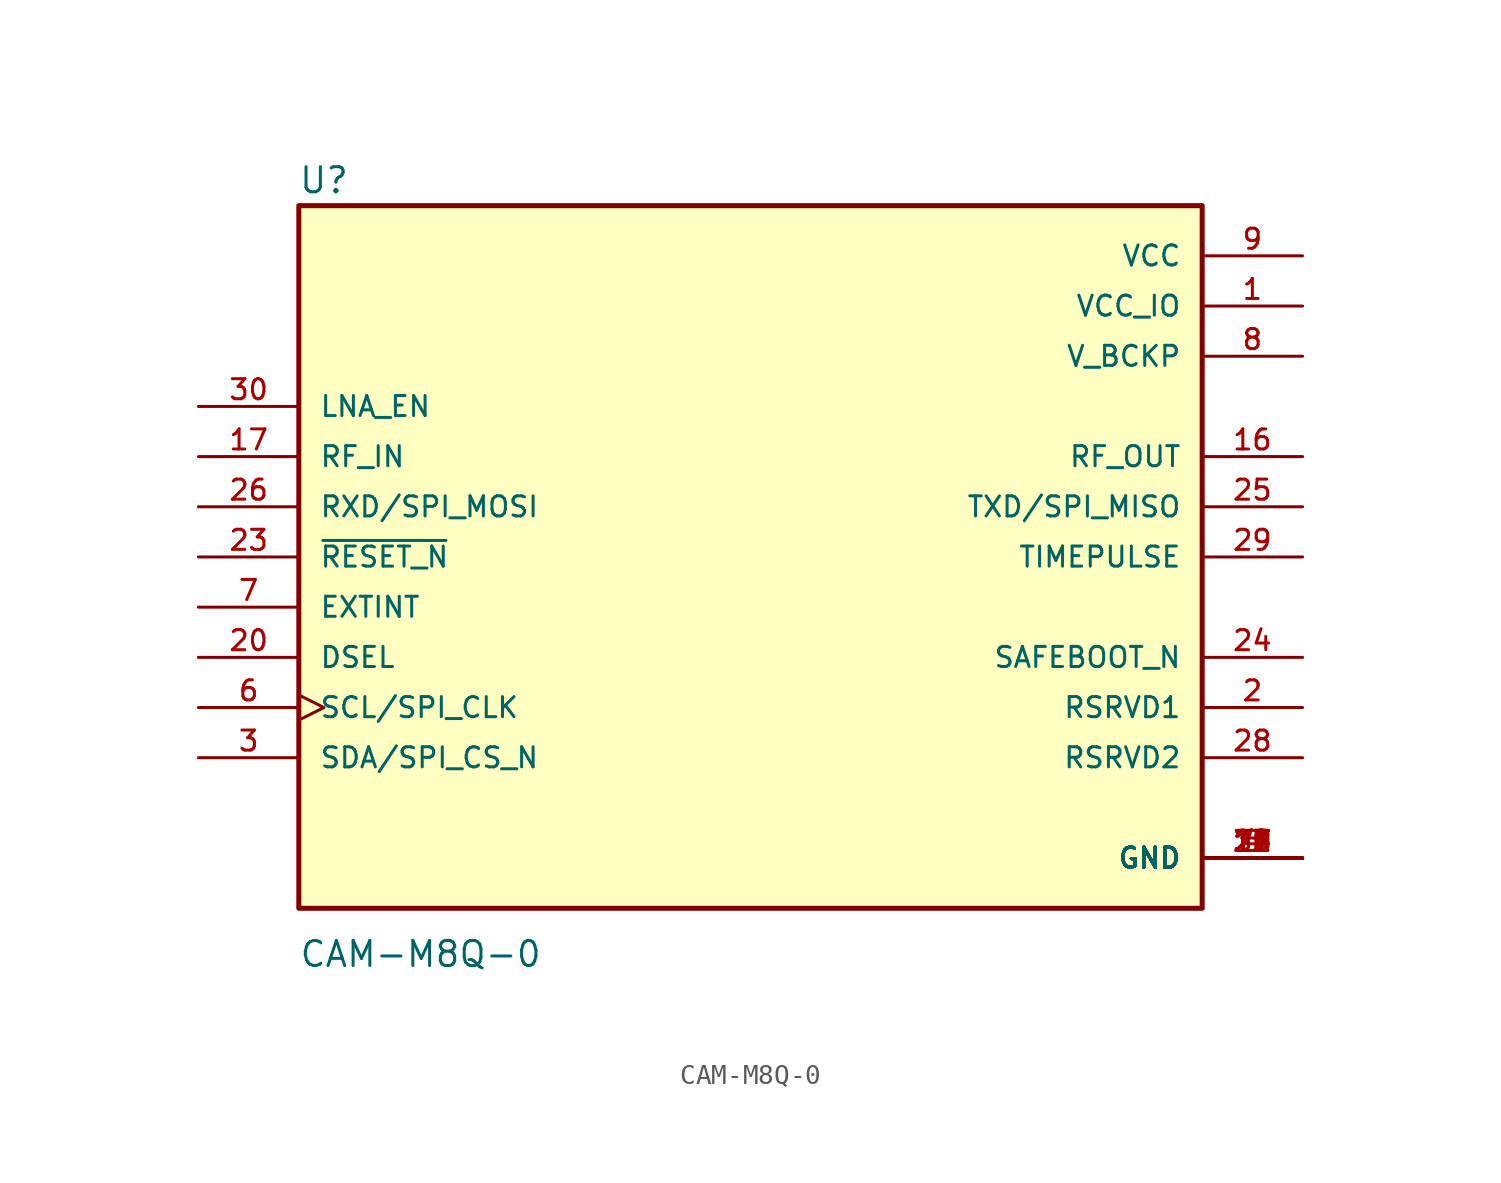
<source format=kicad_sym>
(kicad_symbol_lib
  (version 20211014)
  (generator kicad_symbol_editor)
  (symbol "CAM-M8Q-0"
    (pin_names
      (offset 1.016))
    (property "Reference" "U"
      (at -22.898 18.319 0)
      (effects (font (size 1.27 1.27)) (justify bottom left)))
    (property "Value" "CAM-M8Q-0"
      (at -22.874 -20.841 0)
      (effects (font (size 1.27 1.27)) (justify bottom left)))
    (symbol "CAM-M8Q-0_0_0"
      (rectangle (start -22.86 -17.78) (end 22.86 17.78) (stroke (width 0.254)) (fill (type background)))
      (pin power_in line (at 27.94 15.24 180.0) (length 5.08) (name "VCC" (effects (font (size 1.016 1.016)))) (number "9" (effects (font (size 1.016 1.016)))))
      (pin power_in line (at 27.94 -15.24 180.0) (length 5.08) (name "GND" (effects (font (size 1.016 1.016)))) (number "4" (effects (font (size 1.016 1.016)))))
      (pin power_in line (at 27.94 -15.24 180.0) (length 5.08) (name "GND" (effects (font (size 1.016 1.016)))) (number "5" (effects (font (size 1.016 1.016)))))
      (pin power_in line (at 27.94 -15.24 180.0) (length 5.08) (name "GND" (effects (font (size 1.016 1.016)))) (number "10" (effects (font (size 1.016 1.016)))))
      (pin power_in line (at 27.94 -15.24 180.0) (length 5.08) (name "GND" (effects (font (size 1.016 1.016)))) (number "11" (effects (font (size 1.016 1.016)))))
      (pin power_in line (at 27.94 -15.24 180.0) (length 5.08) (name "GND" (effects (font (size 1.016 1.016)))) (number "12" (effects (font (size 1.016 1.016)))))
      (pin power_in line (at 27.94 -15.24 180.0) (length 5.08) (name "GND" (effects (font (size 1.016 1.016)))) (number "13" (effects (font (size 1.016 1.016)))))
      (pin power_in line (at 27.94 -15.24 180.0) (length 5.08) (name "GND" (effects (font (size 1.016 1.016)))) (number "14" (effects (font (size 1.016 1.016)))))
      (pin power_in line (at 27.94 -15.24 180.0) (length 5.08) (name "GND" (effects (font (size 1.016 1.016)))) (number "15" (effects (font (size 1.016 1.016)))))
      (pin power_in line (at 27.94 -15.24 180.0) (length 5.08) (name "GND" (effects (font (size 1.016 1.016)))) (number "18" (effects (font (size 1.016 1.016)))))
      (pin power_in line (at 27.94 -15.24 180.0) (length 5.08) (name "GND" (effects (font (size 1.016 1.016)))) (number "19" (effects (font (size 1.016 1.016)))))
      (pin power_in line (at 27.94 -15.24 180.0) (length 5.08) (name "GND" (effects (font (size 1.016 1.016)))) (number "21" (effects (font (size 1.016 1.016)))))
      (pin power_in line (at 27.94 -15.24 180.0) (length 5.08) (name "GND" (effects (font (size 1.016 1.016)))) (number "22" (effects (font (size 1.016 1.016)))))
      (pin power_in line (at 27.94 -15.24 180.0) (length 5.08) (name "GND" (effects (font (size 1.016 1.016)))) (number "27" (effects (font (size 1.016 1.016)))))
      (pin power_in line (at 27.94 -15.24 180.0) (length 5.08) (name "GND" (effects (font (size 1.016 1.016)))) (number "31" (effects (font (size 1.016 1.016)))))
      (pin power_in line (at 27.94 12.7 180.0) (length 5.08) (name "VCC_IO" (effects (font (size 1.016 1.016)))) (number "1" (effects (font (size 1.016 1.016)))))
      (pin power_in line (at 27.94 10.16 180.0) (length 5.08) (name "V_BCKP" (effects (font (size 1.016 1.016)))) (number "8" (effects (font (size 1.016 1.016)))))
      (pin input line (at -27.94 5.08 0) (length 5.08) (name "RF_IN" (effects (font (size 1.016 1.016)))) (number "17" (effects (font (size 1.016 1.016)))))
      (pin input line (at -27.94 7.62 0) (length 5.08) (name "LNA_EN" (effects (font (size 1.016 1.016)))) (number "30" (effects (font (size 1.016 1.016)))))
      (pin output line (at 27.94 5.08 180.0) (length 5.08) (name "RF_OUT" (effects (font (size 1.016 1.016)))) (number "16" (effects (font (size 1.016 1.016)))))
      (pin output line (at 27.94 2.54 180.0) (length 5.08) (name "TXD/SPI_MISO" (effects (font (size 1.016 1.016)))) (number "25" (effects (font (size 1.016 1.016)))))
      (pin input line (at -27.94 2.54 0) (length 5.08) (name "RXD/SPI_MOSI" (effects (font (size 1.016 1.016)))) (number "26" (effects (font (size 1.016 1.016)))))
      (pin input line (at -27.94 0.0 0) (length 5.08) (name "~{RESET_N}" (effects (font (size 1.016 1.016)))) (number "23" (effects (font (size 1.016 1.016)))))
      (pin input line (at -27.94 -2.54 0) (length 5.08) (name "EXTINT" (effects (font (size 1.016 1.016)))) (number "7" (effects (font (size 1.016 1.016)))))
      (pin input line (at -27.94 -5.08 0) (length 5.08) (name "DSEL" (effects (font (size 1.016 1.016)))) (number "20" (effects (font (size 1.016 1.016)))))
      (pin input clock (at -27.94 -7.62 0) (length 5.08) (name "SCL/SPI_CLK" (effects (font (size 1.016 1.016)))) (number "6" (effects (font (size 1.016 1.016)))))
      (pin output line (at 27.94 0.0 180.0) (length 5.08) (name "TIMEPULSE" (effects (font (size 1.016 1.016)))) (number "29" (effects (font (size 1.016 1.016)))))
      (pin bidirectional line (at -27.94 -10.16 0) (length 5.08) (name "SDA/SPI_CS_N" (effects (font (size 1.016 1.016)))) (number "3" (effects (font (size 1.016 1.016)))))
      (pin passive line (at 27.94 -5.08 180.0) (length 5.08) (name "SAFEBOOT_N" (effects (font (size 1.016 1.016)))) (number "24" (effects (font (size 1.016 1.016)))))
      (pin passive line (at 27.94 -7.62 180.0) (length 5.08) (name "RSRVD1" (effects (font (size 1.016 1.016)))) (number "2" (effects (font (size 1.016 1.016)))))
      (pin passive line (at 27.94 -10.16 180.0) (length 5.08) (name "RSRVD2" (effects (font (size 1.016 1.016)))) (number "28" (effects (font (size 1.016 1.016))))))))
</source>
